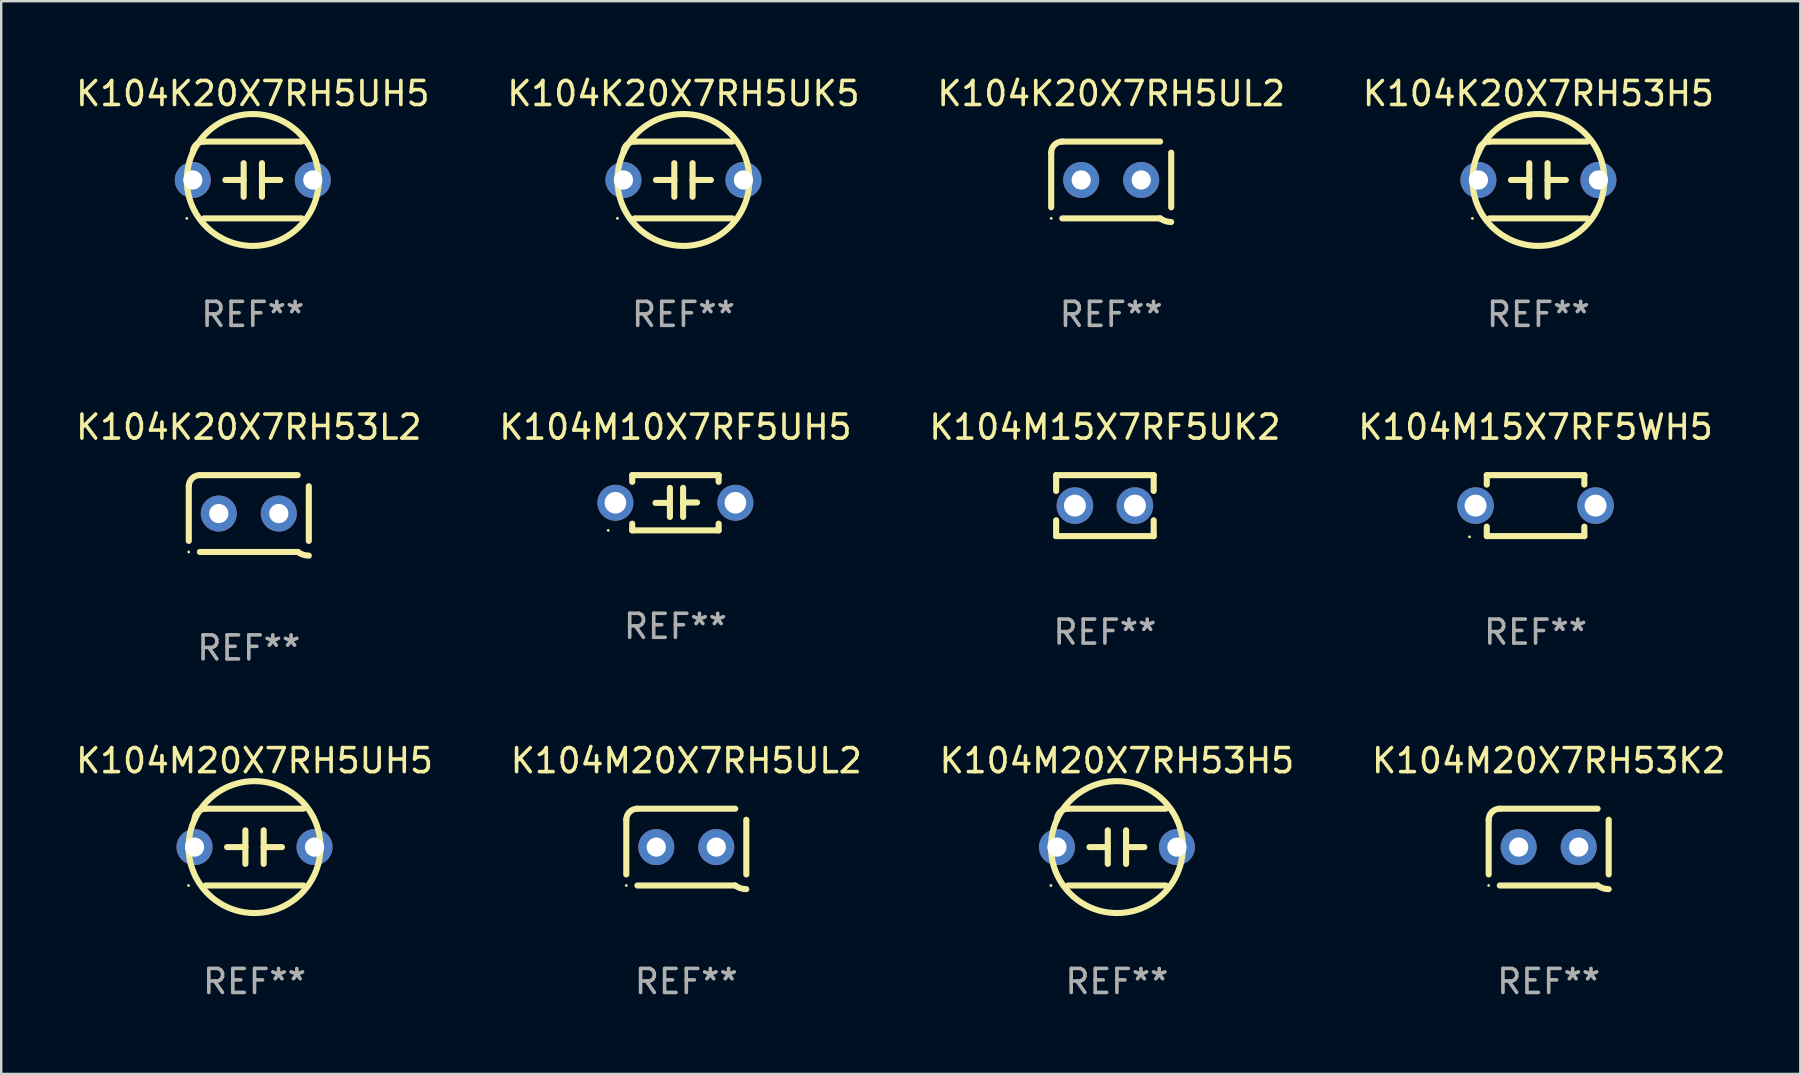
<source format=kicad_pcb>
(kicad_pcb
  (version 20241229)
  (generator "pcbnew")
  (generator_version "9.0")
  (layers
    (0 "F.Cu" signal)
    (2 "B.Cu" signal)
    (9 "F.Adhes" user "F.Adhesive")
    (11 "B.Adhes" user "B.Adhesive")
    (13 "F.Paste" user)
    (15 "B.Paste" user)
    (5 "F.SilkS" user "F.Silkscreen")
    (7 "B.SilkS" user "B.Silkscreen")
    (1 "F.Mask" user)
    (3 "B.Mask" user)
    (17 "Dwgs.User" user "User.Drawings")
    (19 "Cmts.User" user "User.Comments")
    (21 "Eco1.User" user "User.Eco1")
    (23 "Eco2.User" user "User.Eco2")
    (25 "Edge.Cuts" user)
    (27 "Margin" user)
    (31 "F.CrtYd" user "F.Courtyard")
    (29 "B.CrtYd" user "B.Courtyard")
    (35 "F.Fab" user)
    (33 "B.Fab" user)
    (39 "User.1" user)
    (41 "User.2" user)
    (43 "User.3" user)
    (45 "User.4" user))
  (footprint "K104M20X7RH5UL2"
    (layer "F.Cu")
    (at 25.542 32.241)
    (property "Reference" "K104M20X7RH5UL2" (at 0 -3.6 0) (layer "F.SilkS") (effects (font (size 1 1) (thickness 0.15))))
    (attr through_hole)
    (fp_line (start -2.5 1.138) (end -2.5 -1.138) (stroke (width 0.254) (type solid)) (layer "F.SilkS"))
    (fp_line (start -2.038 1.6) (end 2.038 1.6) (stroke (width 0.254) (type solid)) (layer "F.SilkS"))
    (fp_line (start 2.038 -1.6) (end -2.038 -1.6) (stroke (width 0.254) (type solid)) (layer "F.SilkS"))
    (fp_line (start 2.5 -1.138) (end 2.5 1.138) (stroke (width 0.254) (type solid)) (layer "F.SilkS"))
    (fp_arc (start -2.5 -1.137744) (mid -2.364601 -1.464626) (end -2.037719 -1.600025) (stroke (width 0.254001) (type solid)) (layer "F.SilkS"))
    (fp_arc (start -2.5 1.137719) (mid 2.500022 -1.137741) (end -2.5 1.137719) (stroke (width 0.254001) (type solid)) (layer "F.SilkS"))
    (fp_arc (start 2.5 1.751767) (mid 2.256726 1.712861) (end 2.037719 1.600025) (stroke (width 0.254001) (type solid)) (layer "F.SilkS"))
    (fp_circle (center -2.5 1.6) (end -2.47 1.6) (stroke (width 0.06) (type solid)) (fill no) (layer "F.SilkS"))
    (fp_text user "REF**" (at 0 5.6 0) (layer "F.Fab") (effects (font (size 1 1) (thickness 0.15))))
    (pad "1" thru_hole circle (at -1.25 -0.000076) (size 1.5 1.5) (drill 0.8) (layers "*.Cu" "*.Mask"))
    (pad "2" thru_hole circle (at 1.25 -0.000076) (size 1.5 1.5) (drill 0.8) (layers "*.Cu" "*.Mask")))
  (footprint "K104M20X7RH53H5"
    (layer "F.Cu")
    (at 43.482 32.241)
    (property "Reference" "K104M20X7RH53H5" (at 0 -3.6 0) (layer "F.SilkS") (effects (font (size 1 1) (thickness 0.15))))
    (attr through_hole)
    (fp_line (start -2.038 1.6) (end 2.038 1.6) (stroke (width 0.254) (type solid)) (layer "F.SilkS"))
    (fp_line (start -1.143 0) (end -0.381 0) (stroke (width 0.254) (type solid)) (layer "F.SilkS"))
    (fp_line (start -0.381 -0.699) (end -0.381 0.699) (stroke (width 0.254) (type solid)) (layer "F.SilkS"))
    (fp_line (start 0.381 -0.699) (end 0.381 0.699) (stroke (width 0.254) (type solid)) (layer "F.SilkS"))
    (fp_line (start 1.143 0) (end 0.381 0) (stroke (width 0.254) (type solid)) (layer "F.SilkS"))
    (fp_line (start 2.038 -1.6) (end -2.038 -1.6) (stroke (width 0.254) (type solid)) (layer "F.SilkS"))
    (fp_arc (start -2.500127 -1.137744) (mid -2.364728 -1.464626) (end -2.037846 -1.600025) (stroke (width 0.254001) (type solid)) (layer "F.SilkS"))
    (fp_arc (start -2.500127 1.137719) (mid 2.500149 -1.137741) (end -2.500127 1.137719) (stroke (width 0.254001) (type solid)) (layer "F.SilkS"))
    (fp_circle (center -2.75 1.6) (end -2.72 1.6) (stroke (width 0.06) (type solid)) (fill no) (layer "F.SilkS"))
    (fp_text user "REF**" (at 0 5.6 0) (layer "F.Fab") (effects (font (size 1 1) (thickness 0.15))))
    (pad "1" thru_hole circle (at -2.5 0) (size 1.5 1.5) (drill 0.8) (layers "*.Cu" "*.Mask"))
    (pad "2" thru_hole circle (at 2.5 0) (size 1.5 1.5) (drill 0.8) (layers "*.Cu" "*.Mask")))
  (footprint "K104M15X7RF5WH5"
    (layer "F.Cu")
    (at 60.923 18.015)
    (property "Reference" "K104M15X7RF5WH5" (at 0 -3.27 0) (layer "F.SilkS") (effects (font (size 1 1) (thickness 0.15))))
    (attr through_hole)
    (fp_line (start -2.032 -1.27) (end -2.032 -0.876) (stroke (width 0.254) (type solid)) (layer "F.SilkS"))
    (fp_line (start -2.032 0.876) (end -2.032 1.27) (stroke (width 0.254) (type solid)) (layer "F.SilkS"))
    (fp_line (start -2.032 1.27) (end 2.032 1.27) (stroke (width 0.254) (type solid)) (layer "F.SilkS"))
    (fp_line (start 2.032 -1.27) (end -2.032 -1.27) (stroke (width 0.254) (type solid)) (layer "F.SilkS"))
    (fp_line (start 2.032 -0.876) (end 2.032 -1.27) (stroke (width 0.254) (type solid)) (layer "F.SilkS"))
    (fp_line (start 2.032 1.27) (end 2.032 0.876) (stroke (width 0.254) (type solid)) (layer "F.SilkS"))
    (fp_circle (center -2.751 1.3) (end -2.721 1.3) (stroke (width 0.06) (type solid)) (fill no) (layer "F.SilkS"))
    (fp_text user "REF**" (at 0 5.27 0) (layer "F.Fab") (effects (font (size 1 1) (thickness 0.15))))
    (pad "1" thru_hole circle (at -2.5 0) (size 1.524 1.524) (drill 0.914) (layers "*.Cu" "*.Mask"))
    (pad "2" thru_hole circle (at 2.5 0) (size 1.524 1.524) (drill 0.914) (layers "*.Cu" "*.Mask")))
  (footprint "K104M20X7RH5UH5"
    (layer "F.Cu")
    (at 7.554 32.241)
    (property "Reference" "K104M20X7RH5UH5" (at 0 -3.6 0) (layer "F.SilkS") (effects (font (size 1 1) (thickness 0.15))))
    (attr through_hole)
    (fp_line (start -2.038 1.6) (end 2.038 1.6) (stroke (width 0.254) (type solid)) (layer "F.SilkS"))
    (fp_line (start -1.143 0) (end -0.381 0) (stroke (width 0.254) (type solid)) (layer "F.SilkS"))
    (fp_line (start -0.381 -0.699) (end -0.381 0.699) (stroke (width 0.254) (type solid)) (layer "F.SilkS"))
    (fp_line (start 0.381 -0.699) (end 0.381 0.699) (stroke (width 0.254) (type solid)) (layer "F.SilkS"))
    (fp_line (start 1.143 0) (end 0.381 0) (stroke (width 0.254) (type solid)) (layer "F.SilkS"))
    (fp_line (start 2.038 -1.6) (end -2.038 -1.6) (stroke (width 0.254) (type solid)) (layer "F.SilkS"))
    (fp_arc (start -2.500127 -1.137744) (mid -2.364728 -1.464626) (end -2.037846 -1.600025) (stroke (width 0.254001) (type solid)) (layer "F.SilkS"))
    (fp_arc (start -2.500127 1.137719) (mid 2.500149 -1.137741) (end -2.500127 1.137719) (stroke (width 0.254001) (type solid)) (layer "F.SilkS"))
    (fp_circle (center -2.75 1.6) (end -2.72 1.6) (stroke (width 0.06) (type solid)) (fill no) (layer "F.SilkS"))
    (fp_text user "REF**" (at 0 5.6 0) (layer "F.Fab") (effects (font (size 1 1) (thickness 0.15))))
    (pad "1" thru_hole circle (at -2.5 0) (size 1.5 1.5) (drill 0.8) (layers "*.Cu" "*.Mask"))
    (pad "2" thru_hole circle (at 2.5 0) (size 1.5 1.5) (drill 0.8) (layers "*.Cu" "*.Mask")))
  (footprint "K104M10X7RF5UH5"
    (layer "F.Cu")
    (at 25.089 17.895)
    (property "Reference" "K104M10X7RF5UH5" (at 0 -3.15 0) (layer "F.SilkS") (effects (font (size 1 1) (thickness 0.15))))
    (attr through_hole)
    (fp_line (start -1.8 -1.15) (end -1.8 -0.872) (stroke (width 0.254) (type solid)) (layer "F.SilkS"))
    (fp_line (start -1.8 -1.15) (end 1.8 -1.15) (stroke (width 0.254) (type solid)) (layer "F.SilkS"))
    (fp_line (start -1.8 0.872) (end -1.8 1.15) (stroke (width 0.254) (type solid)) (layer "F.SilkS"))
    (fp_line (start -1.8 1.15) (end 1.8 1.15) (stroke (width 0.254) (type solid)) (layer "F.SilkS"))
    (fp_line (start -0.23 -0.62) (end -0.23 0.59) (stroke (width 0.254) (type solid)) (layer "F.SilkS"))
    (fp_line (start -0.23 0.007) (end -0.83 0.007) (stroke (width 0.254) (type solid)) (layer "F.SilkS"))
    (fp_line (start 0.32 -0.62) (end 0.32 0.59) (stroke (width 0.254) (type solid)) (layer "F.SilkS"))
    (fp_line (start 0.32 -0.012) (end 0.9 -0.012) (stroke (width 0.254) (type solid)) (layer "F.SilkS"))
    (fp_line (start 1.8 -1.15) (end 1.8 -0.872) (stroke (width 0.254) (type solid)) (layer "F.SilkS"))
    (fp_line (start 1.8 0.872) (end 1.8 1.15) (stroke (width 0.254) (type solid)) (layer "F.SilkS"))
    (fp_circle (center -2.8 1.15) (end -2.77 1.15) (stroke (width 0.06) (type solid)) (fill no) (layer "F.SilkS"))
    (fp_text user "REF**" (at 0 5.15 0) (layer "F.Fab") (effects (font (size 1 1) (thickness 0.15))))
    (pad "1" thru_hole circle (at -2.5 0) (size 1.5 1.5) (drill 0.9) (layers "*.Cu" "*.Mask"))
    (pad "2" thru_hole circle (at 2.5 0) (size 1.5 1.5) (drill 0.9) (layers "*.Cu" "*.Mask")))
  (footprint "K104K20X7RH53H5"
    (layer "F.Cu")
    (at 61.042 4.448)
    (property "Reference" "K104K20X7RH53H5" (at 0 -3.6 0) (layer "F.SilkS") (effects (font (size 1 1) (thickness 0.15))))
    (attr through_hole)
    (fp_line (start -2.038 1.6) (end 2.038 1.6) (stroke (width 0.254) (type solid)) (layer "F.SilkS"))
    (fp_line (start -1.143 0) (end -0.381 0) (stroke (width 0.254) (type solid)) (layer "F.SilkS"))
    (fp_line (start -0.381 -0.699) (end -0.381 0.699) (stroke (width 0.254) (type solid)) (layer "F.SilkS"))
    (fp_line (start 0.381 -0.699) (end 0.381 0.699) (stroke (width 0.254) (type solid)) (layer "F.SilkS"))
    (fp_line (start 1.143 0) (end 0.381 0) (stroke (width 0.254) (type solid)) (layer "F.SilkS"))
    (fp_line (start 2.038 -1.6) (end -2.038 -1.6) (stroke (width 0.254) (type solid)) (layer "F.SilkS"))
    (fp_arc (start -2.500127 -1.137744) (mid -2.364728 -1.464626) (end -2.037846 -1.600025) (stroke (width 0.254001) (type solid)) (layer "F.SilkS"))
    (fp_arc (start -2.500127 1.137719) (mid 2.500149 -1.137741) (end -2.500127 1.137719) (stroke (width 0.254001) (type solid)) (layer "F.SilkS"))
    (fp_circle (center -2.75 1.6) (end -2.72 1.6) (stroke (width 0.06) (type solid)) (fill no) (layer "F.SilkS"))
    (fp_text user "REF**" (at 0 5.6 0) (layer "F.Fab") (effects (font (size 1 1) (thickness 0.15))))
    (pad "1" thru_hole circle (at -2.5 0) (size 1.5 1.5) (drill 0.8) (layers "*.Cu" "*.Mask"))
    (pad "2" thru_hole circle (at 2.5 0) (size 1.5 1.5) (drill 0.8) (layers "*.Cu" "*.Mask")))
  (footprint "K104K20X7RH5UH5"
    (layer "F.Cu")
    (at 7.482 4.448)
    (property "Reference" "K104K20X7RH5UH5" (at 0 -3.6 0) (layer "F.SilkS") (effects (font (size 1 1) (thickness 0.15))))
    (attr through_hole)
    (fp_line (start -2.038 1.6) (end 2.038 1.6) (stroke (width 0.254) (type solid)) (layer "F.SilkS"))
    (fp_line (start -1.143 0) (end -0.381 0) (stroke (width 0.254) (type solid)) (layer "F.SilkS"))
    (fp_line (start -0.381 -0.699) (end -0.381 0.699) (stroke (width 0.254) (type solid)) (layer "F.SilkS"))
    (fp_line (start 0.381 -0.699) (end 0.381 0.699) (stroke (width 0.254) (type solid)) (layer "F.SilkS"))
    (fp_line (start 1.143 0) (end 0.381 0) (stroke (width 0.254) (type solid)) (layer "F.SilkS"))
    (fp_line (start 2.038 -1.6) (end -2.038 -1.6) (stroke (width 0.254) (type solid)) (layer "F.SilkS"))
    (fp_arc (start -2.500127 -1.137744) (mid -2.364728 -1.464626) (end -2.037846 -1.600025) (stroke (width 0.254001) (type solid)) (layer "F.SilkS"))
    (fp_arc (start -2.500127 1.137719) (mid 2.500149 -1.137741) (end -2.500127 1.137719) (stroke (width 0.254001) (type solid)) (layer "F.SilkS"))
    (fp_circle (center -2.75 1.6) (end -2.72 1.6) (stroke (width 0.06) (type solid)) (fill no) (layer "F.SilkS"))
    (fp_text user "REF**" (at 0 5.6 0) (layer "F.Fab") (effects (font (size 1 1) (thickness 0.15))))
    (pad "1" thru_hole circle (at -2.5 0) (size 1.5 1.5) (drill 0.8) (layers "*.Cu" "*.Mask"))
    (pad "2" thru_hole circle (at 2.5 0) (size 1.5 1.5) (drill 0.8) (layers "*.Cu" "*.Mask")))
  (footprint "K104M15X7RF5UK2"
    (layer "F.Cu")
    (at 42.982 18.015)
    (property "Reference" "K104M15X7RF5UK2" (at 0 -3.27 0) (layer "F.SilkS") (effects (font (size 1 1) (thickness 0.15))))
    (attr through_hole)
    (fp_line (start -2.032 -1.27) (end -2.032 -0.611) (stroke (width 0.254) (type solid)) (layer "F.SilkS"))
    (fp_line (start -2.032 0.611) (end -2.032 1.27) (stroke (width 0.254) (type solid)) (layer "F.SilkS"))
    (fp_line (start -2.032 1.27) (end 2.032 1.27) (stroke (width 0.254) (type solid)) (layer "F.SilkS"))
    (fp_line (start 2.032 -1.27) (end -2.032 -1.27) (stroke (width 0.254) (type solid)) (layer "F.SilkS"))
    (fp_line (start 2.032 -0.611) (end 2.032 -1.27) (stroke (width 0.254) (type solid)) (layer "F.SilkS"))
    (fp_line (start 2.032 1.27) (end 2.032 0.611) (stroke (width 0.254) (type solid)) (layer "F.SilkS"))
    (fp_circle (center -2 1.3) (end -1.97 1.3) (stroke (width 0.06) (type solid)) (fill no) (layer "F.SilkS"))
    (fp_text user "REF**" (at 0 5.27 0) (layer "F.Fab") (effects (font (size 1 1) (thickness 0.15))))
    (pad "1" thru_hole circle (at -1.25 0) (size 1.524 1.524) (drill 0.914) (layers "*.Cu" "*.Mask"))
    (pad "2" thru_hole circle (at 1.25 0) (size 1.524 1.524) (drill 0.914) (layers "*.Cu" "*.Mask")))
  (footprint "K104K20X7RH53L2"
    (layer "F.Cu")
    (at 7.315 18.345)
    (property "Reference" "K104K20X7RH53L2" (at 0 -3.6 0) (layer "F.SilkS") (effects (font (size 1 1) (thickness 0.15))))
    (attr through_hole)
    (fp_line (start -2.5 1.138) (end -2.5 -1.138) (stroke (width 0.254) (type solid)) (layer "F.SilkS"))
    (fp_line (start -2.038 1.6) (end 2.038 1.6) (stroke (width 0.254) (type solid)) (layer "F.SilkS"))
    (fp_line (start 2.038 -1.6) (end -2.038 -1.6) (stroke (width 0.254) (type solid)) (layer "F.SilkS"))
    (fp_line (start 2.5 -1.138) (end 2.5 1.138) (stroke (width 0.254) (type solid)) (layer "F.SilkS"))
    (fp_arc (start -2.5 -1.137744) (mid -2.364601 -1.464626) (end -2.037719 -1.600025) (stroke (width 0.254001) (type solid)) (layer "F.SilkS"))
    (fp_arc (start -2.5 1.137719) (mid 2.500022 -1.137741) (end -2.5 1.137719) (stroke (width 0.254001) (type solid)) (layer "F.SilkS"))
    (fp_arc (start 2.5 1.751767) (mid 2.256726 1.712861) (end 2.037719 1.600025) (stroke (width 0.254001) (type solid)) (layer "F.SilkS"))
    (fp_circle (center -2.5 1.6) (end -2.47 1.6) (stroke (width 0.06) (type solid)) (fill no) (layer "F.SilkS"))
    (fp_text user "REF**" (at 0 5.6 0) (layer "F.Fab") (effects (font (size 1 1) (thickness 0.15))))
    (pad "1" thru_hole circle (at -1.25 -0.000076) (size 1.5 1.5) (drill 0.8) (layers "*.Cu" "*.Mask"))
    (pad "2" thru_hole circle (at 1.25 -0.000076) (size 1.5 1.5) (drill 0.8) (layers "*.Cu" "*.Mask")))
  (footprint "K104K20X7RH5UK5"
    (layer "F.Cu")
    (at 25.423 4.448)
    (property "Reference" "K104K20X7RH5UK5" (at 0 -3.6 0) (layer "F.SilkS") (effects (font (size 1 1) (thickness 0.15))))
    (attr through_hole)
    (fp_line (start -2.038 1.6) (end 2.038 1.6) (stroke (width 0.254) (type solid)) (layer "F.SilkS"))
    (fp_line (start -1.143 0) (end -0.381 0) (stroke (width 0.254) (type solid)) (layer "F.SilkS"))
    (fp_line (start -0.381 -0.699) (end -0.381 0.699) (stroke (width 0.254) (type solid)) (layer "F.SilkS"))
    (fp_line (start 0.381 -0.699) (end 0.381 0.699) (stroke (width 0.254) (type solid)) (layer "F.SilkS"))
    (fp_line (start 1.143 0) (end 0.381 0) (stroke (width 0.254) (type solid)) (layer "F.SilkS"))
    (fp_line (start 2.038 -1.6) (end -2.038 -1.6) (stroke (width 0.254) (type solid)) (layer "F.SilkS"))
    (fp_arc (start -2.500127 -1.137744) (mid -2.364728 -1.464626) (end -2.037846 -1.600025) (stroke (width 0.254001) (type solid)) (layer "F.SilkS"))
    (fp_arc (start -2.500127 1.137719) (mid 2.500149 -1.137741) (end -2.500127 1.137719) (stroke (width 0.254001) (type solid)) (layer "F.SilkS"))
    (fp_circle (center -2.75 1.6) (end -2.72 1.6) (stroke (width 0.06) (type solid)) (fill no) (layer "F.SilkS"))
    (fp_text user "REF**" (at 0 5.6 0) (layer "F.Fab") (effects (font (size 1 1) (thickness 0.15))))
    (pad "1" thru_hole circle (at -2.5 0) (size 1.5 1.5) (drill 0.8) (layers "*.Cu" "*.Mask"))
    (pad "2" thru_hole circle (at 2.5 0) (size 1.5 1.5) (drill 0.8) (layers "*.Cu" "*.Mask")))
  (footprint "K104M20X7RH53K2"
    (layer "F.Cu")
    (at 61.47 32.241)
    (property "Reference" "K104M20X7RH53K2" (at 0 -3.6 0) (layer "F.SilkS") (effects (font (size 1 1) (thickness 0.15))))
    (attr through_hole)
    (fp_line (start -2.5 1.138) (end -2.5 -1.138) (stroke (width 0.254) (type solid)) (layer "F.SilkS"))
    (fp_line (start -2.038 1.6) (end 2.038 1.6) (stroke (width 0.254) (type solid)) (layer "F.SilkS"))
    (fp_line (start 2.038 -1.6) (end -2.038 -1.6) (stroke (width 0.254) (type solid)) (layer "F.SilkS"))
    (fp_line (start 2.5 -1.138) (end 2.5 1.138) (stroke (width 0.254) (type solid)) (layer "F.SilkS"))
    (fp_arc (start -2.5 -1.137744) (mid -2.364601 -1.464626) (end -2.037719 -1.600025) (stroke (width 0.254001) (type solid)) (layer "F.SilkS"))
    (fp_arc (start -2.5 1.137719) (mid 2.500022 -1.137741) (end -2.5 1.137719) (stroke (width 0.254001) (type solid)) (layer "F.SilkS"))
    (fp_arc (start 2.5 1.751767) (mid 2.256726 1.712861) (end 2.037719 1.600025) (stroke (width 0.254001) (type solid)) (layer "F.SilkS"))
    (fp_circle (center -2.5 1.6) (end -2.47 1.6) (stroke (width 0.06) (type solid)) (fill no) (layer "F.SilkS"))
    (fp_text user "REF**" (at 0 5.6 0) (layer "F.Fab") (effects (font (size 1 1) (thickness 0.15))))
    (pad "1" thru_hole circle (at -1.25 -0.000076) (size 1.5 1.5) (drill 0.8) (layers "*.Cu" "*.Mask"))
    (pad "2" thru_hole circle (at 1.25 -0.000076) (size 1.5 1.5) (drill 0.8) (layers "*.Cu" "*.Mask")))
  (footprint "K104K20X7RH5UL2"
    (layer "F.Cu")
    (at 43.244 4.448)
    (property "Reference" "K104K20X7RH5UL2" (at 0 -3.6 0) (layer "F.SilkS") (effects (font (size 1 1) (thickness 0.15))))
    (attr through_hole)
    (fp_line (start -2.5 1.138) (end -2.5 -1.138) (stroke (width 0.254) (type solid)) (layer "F.SilkS"))
    (fp_line (start -2.038 1.6) (end 2.038 1.6) (stroke (width 0.254) (type solid)) (layer "F.SilkS"))
    (fp_line (start 2.038 -1.6) (end -2.038 -1.6) (stroke (width 0.254) (type solid)) (layer "F.SilkS"))
    (fp_line (start 2.5 -1.138) (end 2.5 1.138) (stroke (width 0.254) (type solid)) (layer "F.SilkS"))
    (fp_arc (start -2.5 -1.137744) (mid -2.364601 -1.464626) (end -2.037719 -1.600025) (stroke (width 0.254001) (type solid)) (layer "F.SilkS"))
    (fp_arc (start -2.5 1.137719) (mid 2.500022 -1.137741) (end -2.5 1.137719) (stroke (width 0.254001) (type solid)) (layer "F.SilkS"))
    (fp_arc (start 2.5 1.751767) (mid 2.256726 1.712861) (end 2.037719 1.600025) (stroke (width 0.254001) (type solid)) (layer "F.SilkS"))
    (fp_circle (center -2.5 1.6) (end -2.47 1.6) (stroke (width 0.06) (type solid)) (fill no) (layer "F.SilkS"))
    (fp_text user "REF**" (at 0 5.6 0) (layer "F.Fab") (effects (font (size 1 1) (thickness 0.15))))
    (pad "1" thru_hole circle (at -1.25 -0.000076) (size 1.5 1.5) (drill 0.8) (layers "*.Cu" "*.Mask"))
    (pad "2" thru_hole circle (at 1.25 -0.000076) (size 1.5 1.5) (drill 0.8) (layers "*.Cu" "*.Mask")))
  (gr_rect
    (start -3 -3)
    (end 71.952 41.69)
    (stroke (width 0.1) (type default))
    (fill no)
    (layer "Edge.Cuts")))
</source>
